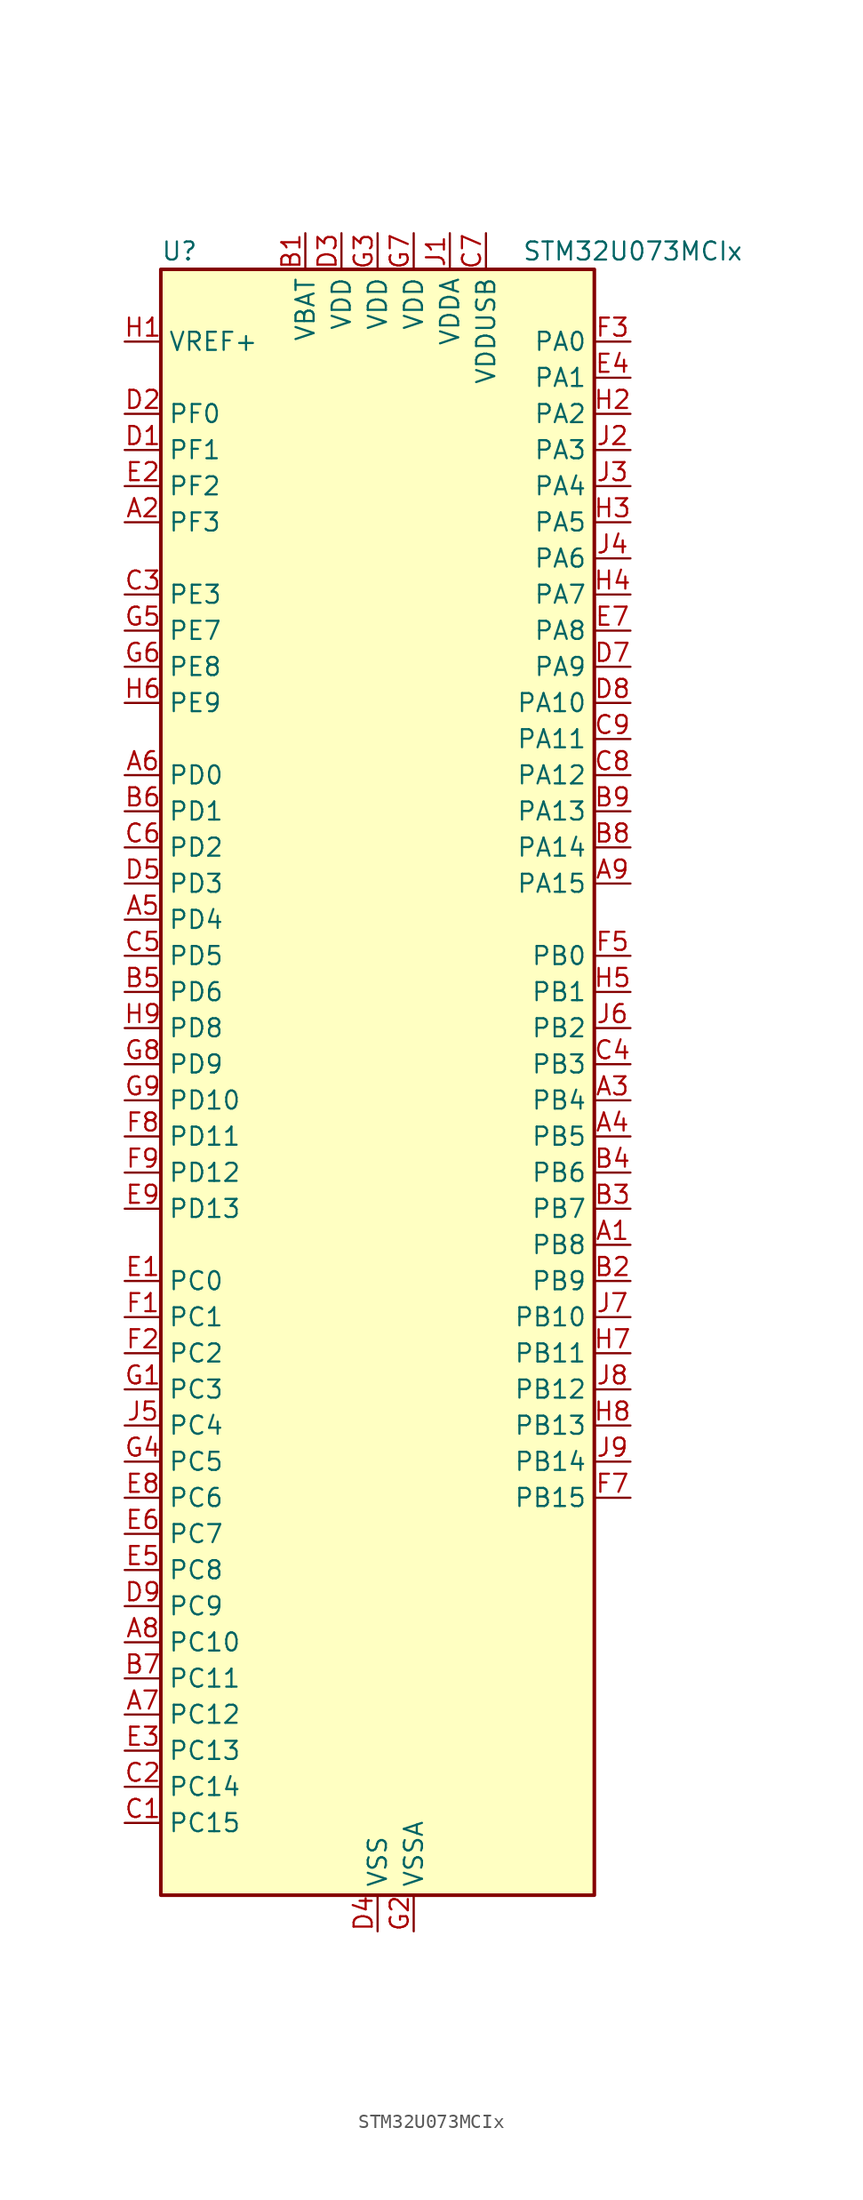
<source format=kicad_sym>
(kicad_symbol_lib
  (version 20241209)
  (generator "kicad_symbol_editor")
  (generator_version "9.0")
  (symbol "STM32U073MCIx"
    (property "Reference" "U"
      (at -15.24 59.69 0)
      (effects (font (size 1.27 1.27)) (justify left)))
    (property "Value" "STM32U073MCIx"
      (at 10.16 59.69 0)
      (effects (font (size 1.27 1.27)) (justify left)))
    (symbol "STM32U073MCIx_0_1"
      (rectangle (start -15.24 -55.88) (end 15.24 58.42) (stroke (width 0.254) (type default)) (fill (type background))))
    (symbol "STM32U073MCIx_1_1"
      (pin input line (at -17.78 53.34 0) (length 2.54) (name "VREF+" (effects (font (size 1.27 1.27)))) (number "H1" (effects (font (size 1.27 1.27)))) (alternate "VREFBUF_OUT" bidirectional line))
      (pin bidirectional line (at -17.78 48.26 0) (length 2.54) (name "PF0" (effects (font (size 1.27 1.27)))) (number "D2" (effects (font (size 1.27 1.27)))) (alternate "RCC_OSC_IN" bidirectional line))
      (pin bidirectional line (at -17.78 45.72 0) (length 2.54) (name "PF1" (effects (font (size 1.27 1.27)))) (number "D1" (effects (font (size 1.27 1.27)))) (alternate "RCC_OSC_EN" bidirectional line) (alternate "RCC_OSC_OUT" bidirectional line))
      (pin bidirectional line (at -17.78 43.18 0) (length 2.54) (name "PF2" (effects (font (size 1.27 1.27)))) (number "E2" (effects (font (size 1.27 1.27)))) (alternate "RCC_MCO" bidirectional line))
      (pin bidirectional line (at -17.78 40.64 0) (length 2.54) (name "PF3" (effects (font (size 1.27 1.27)))) (number "A2" (effects (font (size 1.27 1.27)))))
      (pin bidirectional line (at -17.78 35.56 0) (length 2.54) (name "PE3" (effects (font (size 1.27 1.27)))) (number "C3" (effects (font (size 1.27 1.27)))) (alternate "TIM3_CH1" bidirectional line))
      (pin bidirectional line (at -17.78 33.02 0) (length 2.54) (name "PE7" (effects (font (size 1.27 1.27)))) (number "G5" (effects (font (size 1.27 1.27)))) (alternate "LCD_SEG45" bidirectional line) (alternate "TIM1_ETR" bidirectional line))
      (pin bidirectional line (at -17.78 30.48 0) (length 2.54) (name "PE8" (effects (font (size 1.27 1.27)))) (number "G6" (effects (font (size 1.27 1.27)))) (alternate "LCD_SEG46" bidirectional line) (alternate "TIM1_CH1N" bidirectional line))
      (pin bidirectional line (at -17.78 27.94 0) (length 2.54) (name "PE9" (effects (font (size 1.27 1.27)))) (number "H6" (effects (font (size 1.27 1.27)))) (alternate "DAC1_EXTI9" bidirectional line) (alternate "LCD_SEG47" bidirectional line) (alternate "LPTIM1_CH3" bidirectional line) (alternate "TIM1_CH1" bidirectional line))
      (pin bidirectional line (at -17.78 22.86 0) (length 2.54) (name "PD0" (effects (font (size 1.27 1.27)))) (number "A6" (effects (font (size 1.27 1.27)))) (alternate "LCD_SEG34" bidirectional line) (alternate "SPI2_NSS" bidirectional line))
      (pin bidirectional line (at -17.78 20.32 0) (length 2.54) (name "PD1" (effects (font (size 1.27 1.27)))) (number "B6" (effects (font (size 1.27 1.27)))) (alternate "LCD_SEG35" bidirectional line) (alternate "LPTIM1_CH4" bidirectional line) (alternate "SPI2_SCK" bidirectional line))
      (pin bidirectional line (at -17.78 17.78 0) (length 2.54) (name "PD2" (effects (font (size 1.27 1.27)))) (number "C6" (effects (font (size 1.27 1.27)))) (alternate "LCD_COM7" bidirectional line) (alternate "LCD_SEG31" bidirectional line) (alternate "LCD_SEG51" bidirectional line) (alternate "TIM3_ETR" bidirectional line) (alternate "TSC_SYNC" bidirectional line) (alternate "USART3_DE" bidirectional line) (alternate "USART3_RTS" bidirectional line))
      (pin bidirectional line (at -17.78 15.24 0) (length 2.54) (name "PD3" (effects (font (size 1.27 1.27)))) (number "D5" (effects (font (size 1.27 1.27)))) (alternate "LCD_SEG36" bidirectional line) (alternate "SPI2_MISO" bidirectional line) (alternate "USART2_CTS" bidirectional line))
      (pin bidirectional line (at -17.78 12.7 0) (length 2.54) (name "PD4" (effects (font (size 1.27 1.27)))) (number "A5" (effects (font (size 1.27 1.27)))) (alternate "LCD_SEG37" bidirectional line) (alternate "LPTIM1_CH3" bidirectional line) (alternate "SPI2_MOSI" bidirectional line) (alternate "USART2_DE" bidirectional line) (alternate "USART2_RTS" bidirectional line))
      (pin bidirectional line (at -17.78 10.16 0) (length 2.54) (name "PD5" (effects (font (size 1.27 1.27)))) (number "C5" (effects (font (size 1.27 1.27)))) (alternate "LCD_SEG38" bidirectional line) (alternate "USART2_TX" bidirectional line))
      (pin bidirectional line (at -17.78 7.62 0) (length 2.54) (name "PD6" (effects (font (size 1.27 1.27)))) (number "B5" (effects (font (size 1.27 1.27)))) (alternate "LCD_SEG39" bidirectional line) (alternate "USART2_RX" bidirectional line))
      (pin bidirectional line (at -17.78 5.08 0) (length 2.54) (name "PD8" (effects (font (size 1.27 1.27)))) (number "H9" (effects (font (size 1.27 1.27)))) (alternate "LCD_SEG28" bidirectional line) (alternate "LPUART3_TX" bidirectional line) (alternate "USART3_TX" bidirectional line))
      (pin bidirectional line (at -17.78 2.54 0) (length 2.54) (name "PD9" (effects (font (size 1.27 1.27)))) (number "G8" (effects (font (size 1.27 1.27)))) (alternate "DAC1_EXTI9" bidirectional line) (alternate "LCD_SEG29" bidirectional line) (alternate "LPTIM3_IN1" bidirectional line) (alternate "LPUART3_RX" bidirectional line) (alternate "USART3_RX" bidirectional line))
      (pin bidirectional line (at -17.78 0 0) (length 2.54) (name "PD10" (effects (font (size 1.27 1.27)))) (number "G9" (effects (font (size 1.27 1.27)))) (alternate "COMP2_INP" bidirectional line) (alternate "LCD_SEG30" bidirectional line) (alternate "LPTIM2_CH2" bidirectional line) (alternate "LPTIM3_ETR" bidirectional line) (alternate "TSC_G6_IO1" bidirectional line) (alternate "USART3_CK" bidirectional line))
      (pin bidirectional line (at -17.78 -2.54 0) (length 2.54) (name "PD11" (effects (font (size 1.27 1.27)))) (number "F8" (effects (font (size 1.27 1.27)))) (alternate "ADC1_EXTI11" bidirectional line) (alternate "LCD_SEG31" bidirectional line) (alternate "LPTIM2_ETR" bidirectional line) (alternate "LPUART3_CTS" bidirectional line) (alternate "TSC_G6_IO2" bidirectional line) (alternate "USART3_CTS" bidirectional line))
      (pin bidirectional line (at -17.78 -5.08 0) (length 2.54) (name "PD12" (effects (font (size 1.27 1.27)))) (number "F9" (effects (font (size 1.27 1.27)))) (alternate "I2C4_SCL" bidirectional line) (alternate "LCD_SEG32" bidirectional line) (alternate "LPTIM2_IN1" bidirectional line) (alternate "LPUART3_DE" bidirectional line) (alternate "LPUART3_RTS" bidirectional line) (alternate "TSC_G6_IO3" bidirectional line) (alternate "USART3_DE" bidirectional line) (alternate "USART3_RTS" bidirectional line))
      (pin bidirectional line (at -17.78 -7.62 0) (length 2.54) (name "PD13" (effects (font (size 1.27 1.27)))) (number "E9" (effects (font (size 1.27 1.27)))) (alternate "I2C4_SDA" bidirectional line) (alternate "LCD_SEG33" bidirectional line) (alternate "LPTIM2_CH1" bidirectional line) (alternate "TSC_G6_IO4" bidirectional line))
      (pin bidirectional line (at -17.78 -12.7 0) (length 2.54) (name "PC0" (effects (font (size 1.27 1.27)))) (number "E1" (effects (font (size 1.27 1.27)))) (alternate "ADC1_IN0" bidirectional line) (alternate "I2C3_SCL" bidirectional line) (alternate "I2C4_SCL" bidirectional line) (alternate "LCD_SEG18" bidirectional line) (alternate "LPTIM1_IN1" bidirectional line) (alternate "LPTIM2_IN1" bidirectional line) (alternate "LPUART1_RX" bidirectional line) (alternate "LPUART2_TX" bidirectional line))
      (pin bidirectional line (at -17.78 -15.24 0) (length 2.54) (name "PC1" (effects (font (size 1.27 1.27)))) (number "F1" (effects (font (size 1.27 1.27)))) (alternate "ADC1_IN1" bidirectional line) (alternate "I2C3_SDA" bidirectional line) (alternate "I2C4_SDA" bidirectional line) (alternate "LCD_SEG19" bidirectional line) (alternate "LPTIM1_CH1" bidirectional line) (alternate "LPUART1_TX" bidirectional line) (alternate "LPUART2_RX" bidirectional line))
      (pin bidirectional line (at -17.78 -17.78 0) (length 2.54) (name "PC2" (effects (font (size 1.27 1.27)))) (number "F2" (effects (font (size 1.27 1.27)))) (alternate "ADC1_IN2" bidirectional line) (alternate "LCD_SEG20" bidirectional line) (alternate "LPTIM1_IN2" bidirectional line) (alternate "RCC_MCO2" bidirectional line) (alternate "SPI2_MISO" bidirectional line))
      (pin bidirectional line (at -17.78 -20.32 0) (length 2.54) (name "PC3" (effects (font (size 1.27 1.27)))) (number "G1" (effects (font (size 1.27 1.27)))) (alternate "ADC1_IN3" bidirectional line) (alternate "LCD_VLCD" bidirectional line) (alternate "LPTIM1_ETR" bidirectional line) (alternate "LPTIM2_ETR" bidirectional line) (alternate "LPTIM3_CH1" bidirectional line) (alternate "SPI2_MOSI" bidirectional line) (alternate "USART4_CK" bidirectional line))
      (pin bidirectional line (at -17.78 -22.86 0) (length 2.54) (name "PC4" (effects (font (size 1.27 1.27)))) (number "J5" (effects (font (size 1.27 1.27)))) (alternate "ADC1_IN15" bidirectional line) (alternate "COMP1_INM" bidirectional line) (alternate "LCD_SEG22" bidirectional line) (alternate "LPUART3_TX" bidirectional line) (alternate "USART3_TX" bidirectional line))
      (pin bidirectional line (at -17.78 -25.4 0) (length 2.54) (name "PC5" (effects (font (size 1.27 1.27)))) (number "G4" (effects (font (size 1.27 1.27)))) (alternate "ADC1_IN16" bidirectional line) (alternate "COMP1_INP" bidirectional line) (alternate "LCD_SEG23" bidirectional line) (alternate "LPTIM3_CH3" bidirectional line) (alternate "LPUART3_RX" bidirectional line) (alternate "PWR_WKUP5" bidirectional line) (alternate "TAMP_IN4" bidirectional line) (alternate "USART3_RX" bidirectional line))
      (pin bidirectional line (at -17.78 -27.94 0) (length 2.54) (name "PC6" (effects (font (size 1.27 1.27)))) (number "E8" (effects (font (size 1.27 1.27)))) (alternate "COMP1_INP" bidirectional line) (alternate "LCD_SEG24" bidirectional line) (alternate "LPUART2_TX" bidirectional line) (alternate "TIM3_CH1" bidirectional line) (alternate "TSC_G4_IO1" bidirectional line))
      (pin bidirectional line (at -17.78 -30.48 0) (length 2.54) (name "PC7" (effects (font (size 1.27 1.27)))) (number "E6" (effects (font (size 1.27 1.27)))) (alternate "LCD_SEG25" bidirectional line) (alternate "LPTIM2_CH2" bidirectional line) (alternate "LPTIM3_CH4" bidirectional line) (alternate "LPUART2_RX" bidirectional line) (alternate "TIM3_CH2" bidirectional line) (alternate "TSC_G4_IO2" bidirectional line))
      (pin bidirectional line (at -17.78 -33.02 0) (length 2.54) (name "PC8" (effects (font (size 1.27 1.27)))) (number "E5" (effects (font (size 1.27 1.27)))) (alternate "LCD_SEG26" bidirectional line) (alternate "LPTIM3_CH1" bidirectional line) (alternate "TIM3_CH3" bidirectional line) (alternate "TSC_G4_IO3" bidirectional line))
      (pin bidirectional line (at -17.78 -35.56 0) (length 2.54) (name "PC9" (effects (font (size 1.27 1.27)))) (number "D9" (effects (font (size 1.27 1.27)))) (alternate "DAC1_EXTI9" bidirectional line) (alternate "LCD_SEG27" bidirectional line) (alternate "LPTIM3_CH2" bidirectional line) (alternate "TIM3_CH4" bidirectional line) (alternate "TSC_G4_IO4" bidirectional line) (alternate "USB_NOE" bidirectional line))
      (pin bidirectional line (at -17.78 -38.1 0) (length 2.54) (name "PC10" (effects (font (size 1.27 1.27)))) (number "A8" (effects (font (size 1.27 1.27)))) (alternate "LCD_COM4" bidirectional line) (alternate "LCD_SEG28" bidirectional line) (alternate "LCD_SEG48" bidirectional line) (alternate "LPTIM3_ETR" bidirectional line) (alternate "SPI3_SCK" bidirectional line) (alternate "TSC_G3_IO2" bidirectional line) (alternate "USART3_TX" bidirectional line) (alternate "USART4_TX" bidirectional line))
      (pin bidirectional line (at -17.78 -40.64 0) (length 2.54) (name "PC11" (effects (font (size 1.27 1.27)))) (number "B7" (effects (font (size 1.27 1.27)))) (alternate "ADC1_EXTI11" bidirectional line) (alternate "LCD_COM5" bidirectional line) (alternate "LCD_SEG29" bidirectional line) (alternate "LCD_SEG49" bidirectional line) (alternate "LPTIM3_IN1" bidirectional line) (alternate "SPI3_MISO" bidirectional line) (alternate "TSC_G3_IO3" bidirectional line) (alternate "USART3_RX" bidirectional line) (alternate "USART4_RX" bidirectional line))
      (pin bidirectional line (at -17.78 -43.18 0) (length 2.54) (name "PC12" (effects (font (size 1.27 1.27)))) (number "A7" (effects (font (size 1.27 1.27)))) (alternate "LCD_COM6" bidirectional line) (alternate "LCD_SEG30" bidirectional line) (alternate "LCD_SEG50" bidirectional line) (alternate "LPTIM3_CH3" bidirectional line) (alternate "SPI3_MOSI" bidirectional line) (alternate "USART3_CK" bidirectional line) (alternate "USART4_CK" bidirectional line))
      (pin bidirectional line (at -17.78 -45.72 0) (length 2.54) (name "PC13" (effects (font (size 1.27 1.27)))) (number "E3" (effects (font (size 1.27 1.27)))) (alternate "LPTIM1_CH3" bidirectional line) (alternate "LPTIM3_CH3" bidirectional line) (alternate "PWR_WKUP2" bidirectional line) (alternate "RTC_OUT1" bidirectional line) (alternate "RTC_TS" bidirectional line) (alternate "TAMP_IN1" bidirectional line))
      (pin bidirectional line (at -17.78 -48.26 0) (length 2.54) (name "PC14" (effects (font (size 1.27 1.27)))) (number "C2" (effects (font (size 1.27 1.27)))) (alternate "RCC_OSC32_IN" bidirectional line))
      (pin bidirectional line (at -17.78 -50.8 0) (length 2.54) (name "PC15" (effects (font (size 1.27 1.27)))) (number "C1" (effects (font (size 1.27 1.27)))) (alternate "RCC_OSC32_EN" bidirectional line) (alternate "RCC_OSC32_OUT" bidirectional line) (alternate "RCC_OSC_EN" bidirectional line))
      (pin power_in line (at -5.08 60.96 270) (length 2.54) (name "VBAT" (effects (font (size 1.27 1.27)))) (number "B1" (effects (font (size 1.27 1.27)))))
      (pin power_in line (at -2.54 60.96 270) (length 2.54) (name "VDD" (effects (font (size 1.27 1.27)))) (number "D3" (effects (font (size 1.27 1.27)))))
      (pin power_in line (at 0 60.96 270) (length 2.54) (name "VDD" (effects (font (size 1.27 1.27)))) (number "G3" (effects (font (size 1.27 1.27)))))
      (pin power_in line (at 0 -58.42 90) (length 2.54) (name "VSS" (effects (font (size 1.27 1.27)))) (number "D4" (effects (font (size 1.27 1.27)))))
      (pin passive line (at 0 -58.42 90) (length 2.54) (hide yes) (name "VSS" (effects (font (size 1.27 1.27)))) (number "D6" (effects (font (size 1.27 1.27)))))
      (pin passive line (at 0 -58.42 90) (length 2.54) (hide yes) (name "VSS" (effects (font (size 1.27 1.27)))) (number "F4" (effects (font (size 1.27 1.27)))))
      (pin passive line (at 0 -58.42 90) (length 2.54) (hide yes) (name "VSS" (effects (font (size 1.27 1.27)))) (number "F6" (effects (font (size 1.27 1.27)))))
      (pin power_in line (at 2.54 60.96 270) (length 2.54) (name "VDD" (effects (font (size 1.27 1.27)))) (number "G7" (effects (font (size 1.27 1.27)))))
      (pin power_in line (at 2.54 -58.42 90) (length 2.54) (name "VSSA" (effects (font (size 1.27 1.27)))) (number "G2" (effects (font (size 1.27 1.27)))))
      (pin power_in line (at 5.08 60.96 270) (length 2.54) (name "VDDA" (effects (font (size 1.27 1.27)))) (number "J1" (effects (font (size 1.27 1.27)))))
      (pin power_in line (at 7.62 60.96 270) (length 2.54) (name "VDDUSB" (effects (font (size 1.27 1.27)))) (number "C7" (effects (font (size 1.27 1.27)))))
      (pin bidirectional line (at 17.78 53.34 180) (length 2.54) (name "PA0" (effects (font (size 1.27 1.27)))) (number "F3" (effects (font (size 1.27 1.27)))) (alternate "ADC1_IN4" bidirectional line) (alternate "COMP1_INM" bidirectional line) (alternate "COMP1_OUT" bidirectional line) (alternate "LCD_SEG42" bidirectional line) (alternate "OPAMP1_VINP" bidirectional line) (alternate "PWR_WKUP1" bidirectional line) (alternate "TAMP_IN2" bidirectional line) (alternate "TIM2_CH1" bidirectional line) (alternate "TIM2_ETR" bidirectional line) (alternate "USART2_CTS" bidirectional line) (alternate "USART4_TX" bidirectional line))
      (pin bidirectional line (at 17.78 50.8 180) (length 2.54) (name "PA1" (effects (font (size 1.27 1.27)))) (number "E4" (effects (font (size 1.27 1.27)))) (alternate "ADC1_IN5" bidirectional line) (alternate "COMP1_INP" bidirectional line) (alternate "LCD_SEG0" bidirectional line) (alternate "LPTIM1_CH2" bidirectional line) (alternate "OPAMP1_VINM" bidirectional line) (alternate "PWR_WKUP3" bidirectional line) (alternate "SPI1_SCK" bidirectional line) (alternate "SPI2_SCK" bidirectional line) (alternate "TAMP_IN5" bidirectional line) (alternate "TIM15_CH1N" bidirectional line) (alternate "TIM2_CH2" bidirectional line) (alternate "USART2_DE" bidirectional line) (alternate "USART2_RTS" bidirectional line) (alternate "USART4_RX" bidirectional line))
      (pin bidirectional line (at 17.78 48.26 180) (length 2.54) (name "PA2" (effects (font (size 1.27 1.27)))) (number "H2" (effects (font (size 1.27 1.27)))) (alternate "ADC1_IN6" bidirectional line) (alternate "COMP2_INM" bidirectional line) (alternate "COMP2_OUT" bidirectional line) (alternate "LCD_SEG1" bidirectional line) (alternate "LPUART1_TX" bidirectional line) (alternate "PWR_WKUP4" bidirectional line) (alternate "RCC_LSCO" bidirectional line) (alternate "TIM15_CH1" bidirectional line) (alternate "TIM2_CH3" bidirectional line) (alternate "USART2_TX" bidirectional line))
      (pin bidirectional line (at 17.78 45.72 180) (length 2.54) (name "PA3" (effects (font (size 1.27 1.27)))) (number "J2" (effects (font (size 1.27 1.27)))) (alternate "ADC1_IN7" bidirectional line) (alternate "COMP2_INP" bidirectional line) (alternate "LCD_SEG2" bidirectional line) (alternate "LPUART1_RX" bidirectional line) (alternate "OPAMP1_VOUT" bidirectional line) (alternate "TIM15_CH2" bidirectional line) (alternate "TIM2_CH4" bidirectional line) (alternate "USART2_RX" bidirectional line))
      (pin bidirectional line (at 17.78 43.18 180) (length 2.54) (name "PA4" (effects (font (size 1.27 1.27)))) (number "J3" (effects (font (size 1.27 1.27)))) (alternate "ADC1_IN8" bidirectional line) (alternate "COMP1_INM" bidirectional line) (alternate "COMP2_INM" bidirectional line) (alternate "DAC1_OUT1" bidirectional line) (alternate "LCD_SEG43" bidirectional line) (alternate "LPTIM2_CH1" bidirectional line) (alternate "LPUART3_TX" bidirectional line) (alternate "SPI1_NSS" bidirectional line) (alternate "SPI3_NSS" bidirectional line) (alternate "USART2_CK" bidirectional line))
      (pin bidirectional line (at 17.78 40.64 180) (length 2.54) (name "PA5" (effects (font (size 1.27 1.27)))) (number "H3" (effects (font (size 1.27 1.27)))) (alternate "ADC1_IN9" bidirectional line) (alternate "COMP1_INM" bidirectional line) (alternate "COMP2_INM" bidirectional line) (alternate "LCD_SEG44" bidirectional line) (alternate "LPTIM2_ETR" bidirectional line) (alternate "LPUART3_RX" bidirectional line) (alternate "SPI1_SCK" bidirectional line) (alternate "TIM2_CH1" bidirectional line) (alternate "TIM2_ETR" bidirectional line) (alternate "USART3_TX" bidirectional line))
      (pin bidirectional line (at 17.78 38.1 180) (length 2.54) (name "PA6" (effects (font (size 1.27 1.27)))) (number "J4" (effects (font (size 1.27 1.27)))) (alternate "ADC1_IN10" bidirectional line) (alternate "COMP1_OUT" bidirectional line) (alternate "I2C2_SDA" bidirectional line) (alternate "I2C3_SDA" bidirectional line) (alternate "LCD_SEG3" bidirectional line) (alternate "LPUART1_CTS" bidirectional line) (alternate "SPI1_MISO" bidirectional line) (alternate "TIM16_CH1" bidirectional line) (alternate "TIM1_BKIN" bidirectional line) (alternate "TIM3_CH1" bidirectional line) (alternate "TSC_G5_IO1" bidirectional line) (alternate "USART3_CTS" bidirectional line))
      (pin bidirectional line (at 17.78 35.56 180) (length 2.54) (name "PA7" (effects (font (size 1.27 1.27)))) (number "H4" (effects (font (size 1.27 1.27)))) (alternate "ADC1_IN14" bidirectional line) (alternate "COMP2_OUT" bidirectional line) (alternate "I2C2_SCL" bidirectional line) (alternate "I2C3_SCL" bidirectional line) (alternate "LCD_SEG4" bidirectional line) (alternate "LPTIM2_CH2" bidirectional line) (alternate "SPI1_MOSI" bidirectional line) (alternate "TIM1_CH1N" bidirectional line) (alternate "TIM3_CH2" bidirectional line) (alternate "USART3_RX" bidirectional line))
      (pin bidirectional line (at 17.78 33.02 180) (length 2.54) (name "PA8" (effects (font (size 1.27 1.27)))) (number "E7" (effects (font (size 1.27 1.27)))) (alternate "LCD_COM0" bidirectional line) (alternate "LPTIM2_CH1" bidirectional line) (alternate "RCC_MCO" bidirectional line) (alternate "RCC_MCO2" bidirectional line) (alternate "TIM1_CH1" bidirectional line) (alternate "TSC_G7_IO1" bidirectional line) (alternate "USART1_CK" bidirectional line))
      (pin bidirectional line (at 17.78 30.48 180) (length 2.54) (name "PA9" (effects (font (size 1.27 1.27)))) (number "D7" (effects (font (size 1.27 1.27)))) (alternate "COMP1_INP" bidirectional line) (alternate "DAC1_EXTI9" bidirectional line) (alternate "I2C1_SCL" bidirectional line) (alternate "I2C2_SCL" bidirectional line) (alternate "LCD_COM1" bidirectional line) (alternate "RCC_MCO" bidirectional line) (alternate "TIM15_BKIN" bidirectional line) (alternate "TIM1_CH2" bidirectional line) (alternate "TSC_G7_IO2" bidirectional line) (alternate "USART1_TX" bidirectional line))
      (pin bidirectional line (at 17.78 27.94 180) (length 2.54) (name "PA10" (effects (font (size 1.27 1.27)))) (number "D8" (effects (font (size 1.27 1.27)))) (alternate "CRS_SYNC" bidirectional line) (alternate "I2C1_SDA" bidirectional line) (alternate "I2C2_SDA" bidirectional line) (alternate "LCD_COM2" bidirectional line) (alternate "RCC_MCO2" bidirectional line) (alternate "SPI2_NSS" bidirectional line) (alternate "TIM1_CH3" bidirectional line) (alternate "TSC_G7_IO3" bidirectional line) (alternate "USART1_RX" bidirectional line))
      (pin bidirectional line (at 17.78 25.4 180) (length 2.54) (name "PA11" (effects (font (size 1.27 1.27)))) (number "C9" (effects (font (size 1.27 1.27)))) (alternate "ADC1_EXTI11" bidirectional line) (alternate "COMP1_OUT" bidirectional line) (alternate "SPI1_MISO" bidirectional line) (alternate "SPI2_MISO" bidirectional line) (alternate "TIM1_BKIN2" bidirectional line) (alternate "TIM1_CH4" bidirectional line) (alternate "USART1_CTS" bidirectional line) (alternate "USB_DM" bidirectional line))
      (pin bidirectional line (at 17.78 22.86 180) (length 2.54) (name "PA12" (effects (font (size 1.27 1.27)))) (number "C8" (effects (font (size 1.27 1.27)))) (alternate "SPI1_MOSI" bidirectional line) (alternate "SPI2_MOSI" bidirectional line) (alternate "TIM1_ETR" bidirectional line) (alternate "USART1_DE" bidirectional line) (alternate "USART1_RTS" bidirectional line) (alternate "USB_DP" bidirectional line))
      (pin bidirectional line (at 17.78 20.32 180) (length 2.54) (name "PA13" (effects (font (size 1.27 1.27)))) (number "B9" (effects (font (size 1.27 1.27)))) (alternate "DEBUG_JTMS-SWDIO" bidirectional line) (alternate "IR_OUT" bidirectional line) (alternate "LCD_SEG40" bidirectional line) (alternate "TSC_G7_IO4" bidirectional line) (alternate "USB_NOE" bidirectional line))
      (pin bidirectional line (at 17.78 17.78 180) (length 2.54) (name "PA14" (effects (font (size 1.27 1.27)))) (number "B8" (effects (font (size 1.27 1.27)))) (alternate "DEBUG_JTCK-SWCLK" bidirectional line) (alternate "LCD_SEG41" bidirectional line) (alternate "LPTIM1_CH1" bidirectional line) (alternate "TSC_G3_IO4" bidirectional line))
      (pin bidirectional line (at 17.78 15.24 180) (length 2.54) (name "PA15" (effects (font (size 1.27 1.27)))) (number "A9" (effects (font (size 1.27 1.27)))) (alternate "DEBUG_JTDI" bidirectional line) (alternate "LCD_SEG17" bidirectional line) (alternate "LPTIM3_CH3" bidirectional line) (alternate "LPTIM3_IN2" bidirectional line) (alternate "SPI1_NSS" bidirectional line) (alternate "SPI3_NSS" bidirectional line) (alternate "TIM2_CH1" bidirectional line) (alternate "TIM2_ETR" bidirectional line) (alternate "TSC_G3_IO1" bidirectional line) (alternate "USART2_RX" bidirectional line) (alternate "USART3_DE" bidirectional line) (alternate "USART3_RTS" bidirectional line) (alternate "USART4_DE" bidirectional line) (alternate "USART4_RTS" bidirectional line))
      (pin bidirectional line (at 17.78 10.16 180) (length 2.54) (name "PB0" (effects (font (size 1.27 1.27)))) (number "F5" (effects (font (size 1.27 1.27)))) (alternate "ADC1_IN17" bidirectional line) (alternate "COMP1_OUT" bidirectional line) (alternate "LCD_SEG5" bidirectional line) (alternate "LPTIM3_CH1" bidirectional line) (alternate "LPUART2_CTS" bidirectional line) (alternate "SPI1_NSS" bidirectional line) (alternate "TIM1_CH2N" bidirectional line) (alternate "TIM3_CH3" bidirectional line) (alternate "TSC_G5_IO2" bidirectional line) (alternate "USART3_CK" bidirectional line))
      (pin bidirectional line (at 17.78 7.62 180) (length 2.54) (name "PB1" (effects (font (size 1.27 1.27)))) (number "H5" (effects (font (size 1.27 1.27)))) (alternate "ADC1_IN18" bidirectional line) (alternate "COMP1_INM" bidirectional line) (alternate "LCD_SEG6" bidirectional line) (alternate "LPTIM2_IN1" bidirectional line) (alternate "LPTIM3_CH2" bidirectional line) (alternate "LPUART1_DE" bidirectional line) (alternate "LPUART1_RTS" bidirectional line) (alternate "LPUART2_DE" bidirectional line) (alternate "LPUART2_RTS" bidirectional line) (alternate "TIM1_CH3N" bidirectional line) (alternate "TIM3_CH4" bidirectional line) (alternate "TSC_SYNC" bidirectional line) (alternate "USART3_DE" bidirectional line) (alternate "USART3_RTS" bidirectional line))
      (pin bidirectional line (at 17.78 5.08 180) (length 2.54) (name "PB2" (effects (font (size 1.27 1.27)))) (number "J6" (effects (font (size 1.27 1.27)))) (alternate "COMP1_INP" bidirectional line) (alternate "LCD_VLCD" bidirectional line) (alternate "LPTIM1_CH1" bidirectional line) (alternate "RTC_OUT2" bidirectional line))
      (pin bidirectional line (at 17.78 2.54 180) (length 2.54) (name "PB3" (effects (font (size 1.27 1.27)))) (number "C4" (effects (font (size 1.27 1.27)))) (alternate "COMP2_INM" bidirectional line) (alternate "DEBUG_JTDO-SWO" bidirectional line) (alternate "I2C2_SCL" bidirectional line) (alternate "I2C3_SCL" bidirectional line) (alternate "LCD_SEG7" bidirectional line) (alternate "LPTIM1_CH3" bidirectional line) (alternate "SPI1_SCK" bidirectional line) (alternate "SPI3_SCK" bidirectional line) (alternate "TIM2_CH2" bidirectional line) (alternate "USART1_DE" bidirectional line) (alternate "USART1_RTS" bidirectional line))
      (pin bidirectional line (at 17.78 0 180) (length 2.54) (name "PB4" (effects (font (size 1.27 1.27)))) (number "A3" (effects (font (size 1.27 1.27)))) (alternate "COMP2_INP" bidirectional line) (alternate "I2C2_SDA" bidirectional line) (alternate "I2C3_SDA" bidirectional line) (alternate "LCD_SEG8" bidirectional line) (alternate "LPTIM1_CH4" bidirectional line) (alternate "LPUART3_DE" bidirectional line) (alternate "LPUART3_RTS" bidirectional line) (alternate "SPI1_MISO" bidirectional line) (alternate "SPI3_MISO" bidirectional line) (alternate "TIM3_CH1" bidirectional line) (alternate "TSC_G2_IO1" bidirectional line) (alternate "USART1_CTS" bidirectional line))
      (pin bidirectional line (at 17.78 -2.54 180) (length 2.54) (name "PB5" (effects (font (size 1.27 1.27)))) (number "A4" (effects (font (size 1.27 1.27)))) (alternate "COMP2_OUT" bidirectional line) (alternate "LCD_SEG9" bidirectional line) (alternate "LPTIM1_IN1" bidirectional line) (alternate "LPUART3_CTS" bidirectional line) (alternate "SPI1_MOSI" bidirectional line) (alternate "SPI3_MOSI" bidirectional line) (alternate "TIM16_BKIN" bidirectional line) (alternate "TIM3_CH2" bidirectional line) (alternate "TSC_G2_IO2" bidirectional line) (alternate "USART1_CK" bidirectional line))
      (pin bidirectional line (at 17.78 -5.08 180) (length 2.54) (name "PB6" (effects (font (size 1.27 1.27)))) (number "B4" (effects (font (size 1.27 1.27)))) (alternate "COMP2_INP" bidirectional line) (alternate "I2C1_SCL" bidirectional line) (alternate "I2C2_SCL" bidirectional line) (alternate "I2C4_SCL" bidirectional line) (alternate "LPTIM1_ETR" bidirectional line) (alternate "LPUART2_TX" bidirectional line) (alternate "LPUART3_TX" bidirectional line) (alternate "TIM16_CH1N" bidirectional line) (alternate "TSC_G2_IO3" bidirectional line) (alternate "USART1_TX" bidirectional line))
      (pin bidirectional line (at 17.78 -7.62 180) (length 2.54) (name "PB7" (effects (font (size 1.27 1.27)))) (number "B3" (effects (font (size 1.27 1.27)))) (alternate "COMP2_INM" bidirectional line) (alternate "I2C1_SDA" bidirectional line) (alternate "I2C2_SDA" bidirectional line) (alternate "I2C4_SDA" bidirectional line) (alternate "LCD_SEG21" bidirectional line) (alternate "LPTIM1_IN2" bidirectional line) (alternate "LPUART2_RX" bidirectional line) (alternate "LPUART3_RX" bidirectional line) (alternate "PWR_PVD_IN" bidirectional line) (alternate "TSC_G2_IO4" bidirectional line) (alternate "USART1_RX" bidirectional line) (alternate "USART4_CTS" bidirectional line))
      (pin bidirectional line (at 17.78 -10.16 180) (length 2.54) (name "PB8" (effects (font (size 1.27 1.27)))) (number "A1" (effects (font (size 1.27 1.27)))) (alternate "I2C1_SCL" bidirectional line) (alternate "I2C2_SCL" bidirectional line) (alternate "LCD_SEG16" bidirectional line) (alternate "LPTIM1_IN2" bidirectional line) (alternate "LPTIM3_IN2" bidirectional line) (alternate "TIM16_CH1" bidirectional line) (alternate "USART3_TX" bidirectional line))
      (pin bidirectional line (at 17.78 -12.7 180) (length 2.54) (name "PB9" (effects (font (size 1.27 1.27)))) (number "B2" (effects (font (size 1.27 1.27)))) (alternate "DAC1_EXTI9" bidirectional line) (alternate "I2C1_SDA" bidirectional line) (alternate "I2C2_SDA" bidirectional line) (alternate "IR_OUT" bidirectional line) (alternate "LCD_COM3" bidirectional line) (alternate "LPTIM1_CH4" bidirectional line) (alternate "LPTIM3_CH4" bidirectional line) (alternate "SPI2_NSS" bidirectional line) (alternate "USART3_RX" bidirectional line))
      (pin bidirectional line (at 17.78 -15.24 180) (length 2.54) (name "PB10" (effects (font (size 1.27 1.27)))) (number "J7" (effects (font (size 1.27 1.27)))) (alternate "COMP1_OUT" bidirectional line) (alternate "I2C2_SCL" bidirectional line) (alternate "I2C4_SCL" bidirectional line) (alternate "LCD_SEG10" bidirectional line) (alternate "LPTIM3_CH1" bidirectional line) (alternate "LPUART1_RX" bidirectional line) (alternate "LPUART2_RX" bidirectional line) (alternate "SPI2_SCK" bidirectional line) (alternate "TIM2_CH3" bidirectional line) (alternate "TSC_G5_IO3" bidirectional line) (alternate "USART3_TX" bidirectional line))
      (pin bidirectional line (at 17.78 -17.78 180) (length 2.54) (name "PB11" (effects (font (size 1.27 1.27)))) (number "H7" (effects (font (size 1.27 1.27)))) (alternate "ADC1_EXTI11" bidirectional line) (alternate "COMP2_OUT" bidirectional line) (alternate "I2C2_SDA" bidirectional line) (alternate "I2C4_SDA" bidirectional line) (alternate "LCD_SEG11" bidirectional line) (alternate "LPUART1_TX" bidirectional line) (alternate "LPUART2_TX" bidirectional line) (alternate "TIM2_CH4" bidirectional line) (alternate "TSC_G5_IO4" bidirectional line) (alternate "USART3_RX" bidirectional line))
      (pin bidirectional line (at 17.78 -20.32 180) (length 2.54) (name "PB12" (effects (font (size 1.27 1.27)))) (number "J8" (effects (font (size 1.27 1.27)))) (alternate "LCD_SEG12" bidirectional line) (alternate "LPUART1_DE" bidirectional line) (alternate "LPUART1_RTS" bidirectional line) (alternate "SPI2_NSS" bidirectional line) (alternate "TIM15_BKIN" bidirectional line) (alternate "TIM1_BKIN" bidirectional line) (alternate "TSC_G1_IO1" bidirectional line) (alternate "USART3_CK" bidirectional line))
      (pin bidirectional line (at 17.78 -22.86 180) (length 2.54) (name "PB13" (effects (font (size 1.27 1.27)))) (number "H8" (effects (font (size 1.27 1.27)))) (alternate "I2C2_SCL" bidirectional line) (alternate "LCD_SEG13" bidirectional line) (alternate "LPTIM3_IN1" bidirectional line) (alternate "LPUART1_CTS" bidirectional line) (alternate "SPI2_SCK" bidirectional line) (alternate "TIM15_CH1N" bidirectional line) (alternate "TIM1_CH1N" bidirectional line) (alternate "TSC_G1_IO2" bidirectional line) (alternate "USART3_CTS" bidirectional line))
      (pin bidirectional line (at 17.78 -25.4 180) (length 2.54) (name "PB14" (effects (font (size 1.27 1.27)))) (number "J9" (effects (font (size 1.27 1.27)))) (alternate "I2C2_SDA" bidirectional line) (alternate "LCD_SEG14" bidirectional line) (alternate "LPTIM3_ETR" bidirectional line) (alternate "SPI2_MISO" bidirectional line) (alternate "TIM15_CH1" bidirectional line) (alternate "TIM1_CH2N" bidirectional line) (alternate "TSC_G1_IO3" bidirectional line) (alternate "USART3_DE" bidirectional line) (alternate "USART3_RTS" bidirectional line))
      (pin bidirectional line (at 17.78 -27.94 180) (length 2.54) (name "PB15" (effects (font (size 1.27 1.27)))) (number "F7" (effects (font (size 1.27 1.27)))) (alternate "LCD_SEG15" bidirectional line) (alternate "PWR_WKUP7" bidirectional line) (alternate "RTC_REFIN" bidirectional line) (alternate "SPI2_MOSI" bidirectional line) (alternate "TAMP_IN3" bidirectional line) (alternate "TIM15_CH2" bidirectional line) (alternate "TIM1_CH3N" bidirectional line) (alternate "TSC_G1_IO4" bidirectional line)))))
</source>
